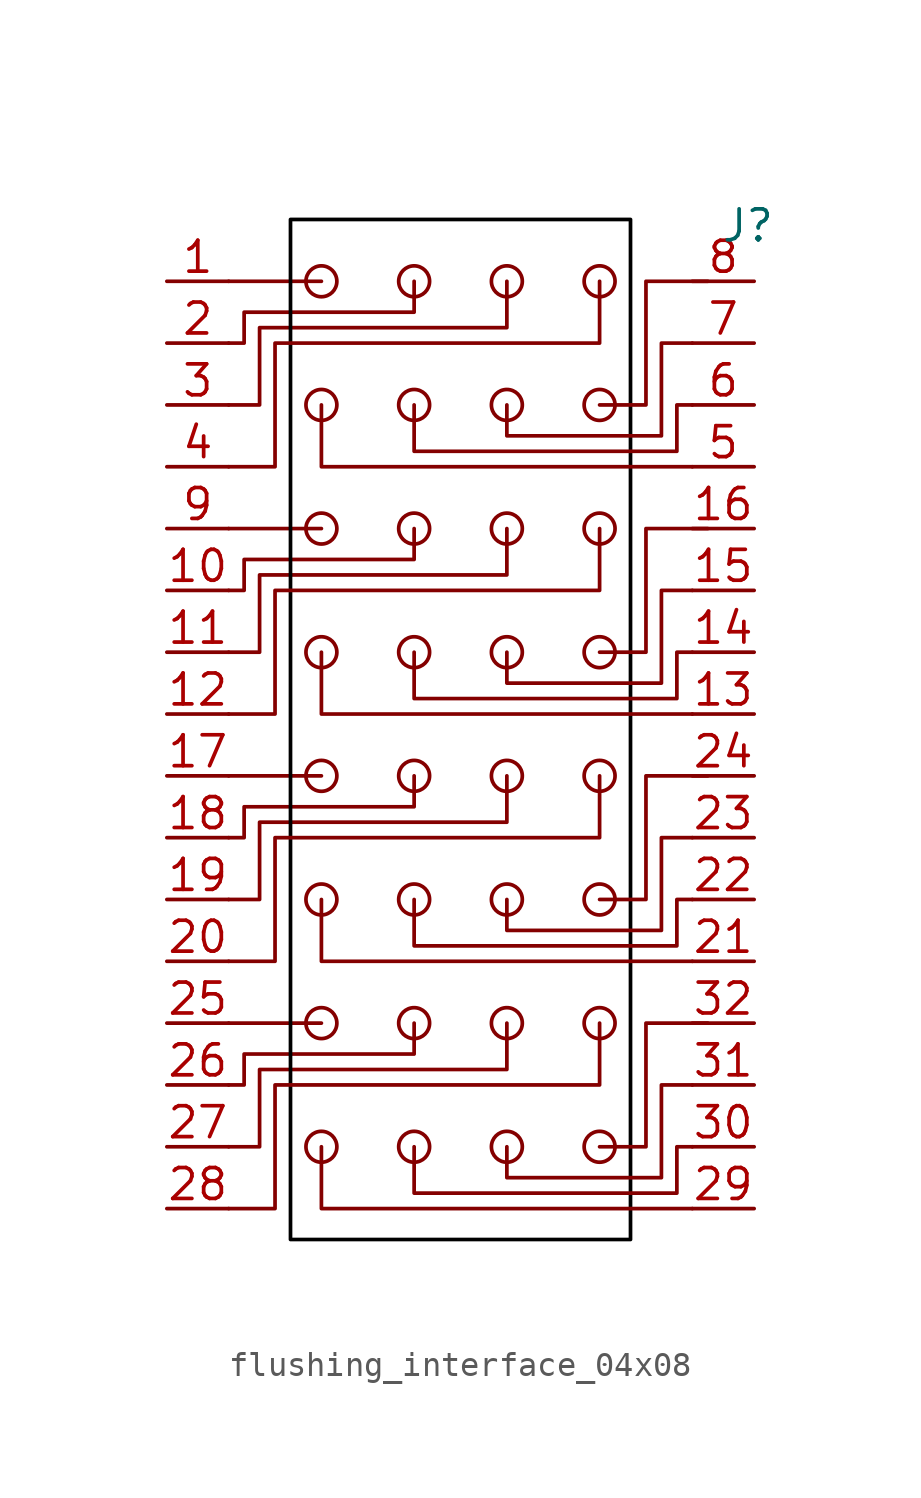
<source format=kicad_sym>
(kicad_symbol_lib
  (version 20231120)
  (generator "kicad_symbol_editor")
  (generator_version "8.0")
  (symbol "flushing_interface_04x08"
    (property "Reference" "J"
      (at 13.716 26.416 0)
      (effects (font (size 1.27 1.27))))
    (property "Value" ""
      (at 8.89 -13.97 0)
      (effects (font (size 1.27 1.27))))
    (property "ki_locked" ""
      (at 0 0 0)
      (effects (font (size 1.27 1.27))))
    (symbol "flushing_interface_04x08_1_1"
      (rectangle (start -5.08 26.67) (end 8.89 -15.24) (stroke (width 0) (type default) (color 0 0 0 0.34)) (fill (type none)))
      (circle (center -3.81 -11.43) (radius 0.635) (stroke (width 0) (type default)) (fill (type none)))
      (circle (center -3.81 -6.35) (radius 0.635) (stroke (width 0) (type default)) (fill (type none)))
      (circle (center -3.81 -1.27) (radius 0.635) (stroke (width 0) (type default)) (fill (type none)))
      (circle (center -3.81 3.81) (radius 0.635) (stroke (width 0) (type default)) (fill (type none)))
      (circle (center -3.81 8.89) (radius 0.635) (stroke (width 0) (type default)) (fill (type none)))
      (circle (center -3.81 13.97) (radius 0.635) (stroke (width 0) (type default)) (fill (type none)))
      (circle (center -3.81 19.05) (radius 0.635) (stroke (width 0) (type default)) (fill (type none)))
      (circle (center -3.81 24.13) (radius 0.635) (stroke (width 0) (type default)) (fill (type none)))
      (circle (center 0 -11.43) (radius 0.635) (stroke (width 0) (type default)) (fill (type none)))
      (circle (center 0 -6.35) (radius 0.635) (stroke (width 0) (type default)) (fill (type none)))
      (circle (center 0 -1.27) (radius 0.635) (stroke (width 0) (type default)) (fill (type none)))
      (polyline (pts (xy -7.62 -6.35) (xy -3.81 -6.35)) (stroke (width 0) (type default)) (fill (type none)))
      (polyline (pts (xy -7.62 3.81) (xy -3.81 3.81)) (stroke (width 0) (type default)) (fill (type none)))
      (polyline (pts (xy -7.62 13.97) (xy -3.81 13.97)) (stroke (width 0) (type default)) (fill (type none)))
      (polyline (pts (xy -7.62 24.13) (xy -3.81 24.13)) (stroke (width 0) (type default)) (fill (type none)))
      (polyline (pts (xy -3.81 -11.43) (xy -3.81 -13.97) (xy 9.525 -13.97) (xy 11.43 -13.97)) (stroke (width 0) (type default)) (fill (type none)))
      (polyline (pts (xy -3.81 -1.27) (xy -3.81 -3.81) (xy 9.525 -3.81) (xy 11.43 -3.81)) (stroke (width 0) (type default)) (fill (type none)))
      (polyline (pts (xy -3.81 8.89) (xy -3.81 6.35) (xy 9.525 6.35) (xy 11.43 6.35)) (stroke (width 0) (type default)) (fill (type none)))
      (polyline (pts (xy -3.81 19.05) (xy -3.81 16.51) (xy 9.525 16.51) (xy 11.43 16.51)) (stroke (width 0) (type default)) (fill (type none)))
      (polyline (pts (xy -7.62 -11.43) (xy -6.35 -11.43) (xy -6.35 -8.255) (xy 3.81 -8.255) (xy 3.81 -6.35)) (stroke (width 0) (type default)) (fill (type none)))
      (polyline (pts (xy -7.62 -8.89) (xy -6.985 -8.89) (xy -6.985 -7.62) (xy 0 -7.62) (xy 0 -6.35)) (stroke (width 0) (type default)) (fill (type none)))
      (polyline (pts (xy -7.62 -1.27) (xy -6.35 -1.27) (xy -6.35 1.905) (xy 3.81 1.905) (xy 3.81 3.81)) (stroke (width 0) (type default)) (fill (type none)))
      (polyline (pts (xy -7.62 1.27) (xy -6.985 1.27) (xy -6.985 2.54) (xy 0 2.54) (xy 0 3.81)) (stroke (width 0) (type default)) (fill (type none)))
      (polyline (pts (xy -7.62 8.89) (xy -6.35 8.89) (xy -6.35 12.065) (xy 3.81 12.065) (xy 3.81 13.97)) (stroke (width 0) (type default)) (fill (type none)))
      (polyline (pts (xy -7.62 11.43) (xy -6.985 11.43) (xy -6.985 12.7) (xy 0 12.7) (xy 0 13.97)) (stroke (width 0) (type default)) (fill (type none)))
      (polyline (pts (xy -7.62 19.05) (xy -6.35 19.05) (xy -6.35 22.225) (xy 3.81 22.225) (xy 3.81 24.13)) (stroke (width 0) (type default)) (fill (type none)))
      (polyline (pts (xy -7.62 21.59) (xy -6.985 21.59) (xy -6.985 22.86) (xy 0 22.86) (xy 0 24.13)) (stroke (width 0) (type default)) (fill (type none)))
      (polyline (pts (xy 7.62 -6.35) (xy 7.62 -8.89) (xy -5.715 -8.89) (xy -5.715 -13.97) (xy -7.62 -13.97)) (stroke (width 0) (type default)) (fill (type none)))
      (polyline (pts (xy 7.62 3.81) (xy 7.62 1.27) (xy -5.715 1.27) (xy -5.715 -3.81) (xy -7.62 -3.81)) (stroke (width 0) (type default)) (fill (type none)))
      (polyline (pts (xy 7.62 13.97) (xy 7.62 11.43) (xy -5.715 11.43) (xy -5.715 6.35) (xy -7.62 6.35)) (stroke (width 0) (type default)) (fill (type none)))
      (polyline (pts (xy 7.62 24.13) (xy 7.62 21.59) (xy -5.715 21.59) (xy -5.715 16.51) (xy -7.62 16.51)) (stroke (width 0) (type default)) (fill (type none)))
      (polyline (pts (xy 11.43 -11.43) (xy 10.795 -11.43) (xy 10.795 -13.335) (xy 0 -13.335) (xy 0 -11.43)) (stroke (width 0) (type default)) (fill (type none)))
      (polyline (pts (xy 11.43 -8.89) (xy 10.16 -8.89) (xy 10.16 -12.7) (xy 3.81 -12.7) (xy 3.81 -11.43)) (stroke (width 0) (type default)) (fill (type none)))
      (polyline (pts (xy 11.43 -1.27) (xy 10.795 -1.27) (xy 10.795 -3.175) (xy 0 -3.175) (xy 0 -1.27)) (stroke (width 0) (type default)) (fill (type none)))
      (polyline (pts (xy 11.43 1.27) (xy 10.16 1.27) (xy 10.16 -2.54) (xy 3.81 -2.54) (xy 3.81 -1.27)) (stroke (width 0) (type default)) (fill (type none)))
      (polyline (pts (xy 11.43 8.89) (xy 10.795 8.89) (xy 10.795 6.985) (xy 0 6.985) (xy 0 8.89)) (stroke (width 0) (type default)) (fill (type none)))
      (polyline (pts (xy 11.43 11.43) (xy 10.16 11.43) (xy 10.16 7.62) (xy 3.81 7.62) (xy 3.81 8.89)) (stroke (width 0) (type default)) (fill (type none)))
      (polyline (pts (xy 11.43 19.05) (xy 10.795 19.05) (xy 10.795 17.145) (xy 0 17.145) (xy 0 19.05)) (stroke (width 0) (type default)) (fill (type none)))
      (polyline (pts (xy 11.43 21.59) (xy 10.16 21.59) (xy 10.16 17.78) (xy 3.81 17.78) (xy 3.81 19.05)) (stroke (width 0) (type default)) (fill (type none)))
      (polyline (pts (xy 12.065 -6.35) (xy 9.525 -6.35) (xy 9.525 -11.43) (xy 7.62 -11.43) (xy 8.255 -11.43)) (stroke (width 0) (type default)) (fill (type none)))
      (polyline (pts (xy 12.065 3.81) (xy 9.525 3.81) (xy 9.525 -1.27) (xy 7.62 -1.27) (xy 8.255 -1.27)) (stroke (width 0) (type default)) (fill (type none)))
      (polyline (pts (xy 12.065 13.97) (xy 9.525 13.97) (xy 9.525 8.89) (xy 7.62 8.89) (xy 8.255 8.89)) (stroke (width 0) (type default)) (fill (type none)))
      (polyline (pts (xy 12.065 24.13) (xy 9.525 24.13) (xy 9.525 19.05) (xy 7.62 19.05) (xy 8.255 19.05)) (stroke (width 0) (type default)) (fill (type none)))
      (circle (center 0 3.81) (radius 0.635) (stroke (width 0) (type default)) (fill (type none)))
      (circle (center 0 8.89) (radius 0.635) (stroke (width 0) (type default)) (fill (type none)))
      (circle (center 0 13.97) (radius 0.635) (stroke (width 0) (type default)) (fill (type none)))
      (circle (center 0 19.05) (radius 0.635) (stroke (width 0) (type default)) (fill (type none)))
      (circle (center 0 24.13) (radius 0.635) (stroke (width 0) (type default)) (fill (type none)))
      (circle (center 3.81 -11.43) (radius 0.635) (stroke (width 0) (type default)) (fill (type none)))
      (circle (center 3.81 -6.35) (radius 0.635) (stroke (width 0) (type default)) (fill (type none)))
      (circle (center 3.81 -1.27) (radius 0.635) (stroke (width 0) (type default)) (fill (type none)))
      (circle (center 3.81 3.81) (radius 0.635) (stroke (width 0) (type default)) (fill (type none)))
      (circle (center 3.81 8.89) (radius 0.635) (stroke (width 0) (type default)) (fill (type none)))
      (circle (center 3.81 13.97) (radius 0.635) (stroke (width 0) (type default)) (fill (type none)))
      (circle (center 3.81 19.05) (radius 0.635) (stroke (width 0) (type default)) (fill (type none)))
      (circle (center 3.81 24.13) (radius 0.635) (stroke (width 0) (type default)) (fill (type none)))
      (circle (center 7.62 -11.43) (radius 0.635) (stroke (width 0) (type default)) (fill (type none)))
      (circle (center 7.62 -6.35) (radius 0.635) (stroke (width 0) (type default)) (fill (type none)))
      (circle (center 7.62 -1.27) (radius 0.635) (stroke (width 0) (type default)) (fill (type none)))
      (circle (center 7.62 3.81) (radius 0.635) (stroke (width 0) (type default)) (fill (type none)))
      (circle (center 7.62 8.89) (radius 0.635) (stroke (width 0) (type default)) (fill (type none)))
      (circle (center 7.62 13.97) (radius 0.635) (stroke (width 0) (type default)) (fill (type none)))
      (circle (center 7.62 19.05) (radius 0.635) (stroke (width 0) (type default)) (fill (type none)))
      (circle (center 7.62 24.13) (radius 0.635) (stroke (width 0) (type default)) (fill (type none)))
      (pin passive line (at -10.16 24.13 0) (length 2.54) (name "" (effects (font (size 1.27 1.27)))) (number "1" (effects (font (size 1.27 1.27)))))
      (pin passive line (at -10.16 11.43 0) (length 2.54) (name "" (effects (font (size 1.27 1.27)))) (number "10" (effects (font (size 1.27 1.27)))))
      (pin passive line (at -10.16 8.89 0) (length 2.54) (name "" (effects (font (size 1.27 1.27)))) (number "11" (effects (font (size 1.27 1.27)))))
      (pin passive line (at -10.16 6.35 0) (length 2.54) (name "" (effects (font (size 1.27 1.27)))) (number "12" (effects (font (size 1.27 1.27)))))
      (pin passive line (at 13.97 6.35 180) (length 2.54) (name "" (effects (font (size 1.27 1.27)))) (number "13" (effects (font (size 1.27 1.27)))))
      (pin passive line (at 13.97 8.89 180) (length 2.54) (name "" (effects (font (size 1.27 1.27)))) (number "14" (effects (font (size 1.27 1.27)))))
      (pin passive line (at 13.97 11.43 180) (length 2.54) (name "" (effects (font (size 1.27 1.27)))) (number "15" (effects (font (size 1.27 1.27)))))
      (pin passive line (at 13.97 13.97 180) (length 2.54) (name "" (effects (font (size 1.27 1.27)))) (number "16" (effects (font (size 1.27 1.27)))))
      (pin passive line (at -10.16 3.81 0) (length 2.54) (name "" (effects (font (size 1.27 1.27)))) (number "17" (effects (font (size 1.27 1.27)))))
      (pin passive line (at -10.16 1.27 0) (length 2.54) (name "" (effects (font (size 1.27 1.27)))) (number "18" (effects (font (size 1.27 1.27)))))
      (pin passive line (at -10.16 -1.27 0) (length 2.54) (name "" (effects (font (size 1.27 1.27)))) (number "19" (effects (font (size 1.27 1.27)))))
      (pin passive line (at -10.16 21.59 0) (length 2.54) (name "" (effects (font (size 1.27 1.27)))) (number "2" (effects (font (size 1.27 1.27)))))
      (pin passive line (at -10.16 -3.81 0) (length 2.54) (name "" (effects (font (size 1.27 1.27)))) (number "20" (effects (font (size 1.27 1.27)))))
      (pin passive line (at 13.97 -3.81 180) (length 2.54) (name "" (effects (font (size 1.27 1.27)))) (number "21" (effects (font (size 1.27 1.27)))))
      (pin passive line (at 13.97 -1.27 180) (length 2.54) (name "" (effects (font (size 1.27 1.27)))) (number "22" (effects (font (size 1.27 1.27)))))
      (pin passive line (at 13.97 1.27 180) (length 2.54) (name "" (effects (font (size 1.27 1.27)))) (number "23" (effects (font (size 1.27 1.27)))))
      (pin passive line (at 13.97 3.81 180) (length 2.54) (name "" (effects (font (size 1.27 1.27)))) (number "24" (effects (font (size 1.27 1.27)))))
      (pin passive line (at -10.16 -6.35 0) (length 2.54) (name "" (effects (font (size 1.27 1.27)))) (number "25" (effects (font (size 1.27 1.27)))))
      (pin passive line (at -10.16 -8.89 0) (length 2.54) (name "" (effects (font (size 1.27 1.27)))) (number "26" (effects (font (size 1.27 1.27)))))
      (pin passive line (at -10.16 -11.43 0) (length 2.54) (name "" (effects (font (size 1.27 1.27)))) (number "27" (effects (font (size 1.27 1.27)))))
      (pin passive line (at -10.16 -13.97 0) (length 2.54) (name "" (effects (font (size 1.27 1.27)))) (number "28" (effects (font (size 1.27 1.27)))))
      (pin passive line (at 13.97 -13.97 180) (length 2.54) (name "" (effects (font (size 1.27 1.27)))) (number "29" (effects (font (size 1.27 1.27)))))
      (pin passive line (at -10.16 19.05 0) (length 2.54) (name "" (effects (font (size 1.27 1.27)))) (number "3" (effects (font (size 1.27 1.27)))))
      (pin passive line (at 13.97 -11.43 180) (length 2.54) (name "" (effects (font (size 1.27 1.27)))) (number "30" (effects (font (size 1.27 1.27)))))
      (pin passive line (at 13.97 -8.89 180) (length 2.54) (name "" (effects (font (size 1.27 1.27)))) (number "31" (effects (font (size 1.27 1.27)))))
      (pin passive line (at 13.97 -6.35 180) (length 2.54) (name "" (effects (font (size 1.27 1.27)))) (number "32" (effects (font (size 1.27 1.27)))))
      (pin passive line (at -10.16 16.51 0) (length 2.54) (name "" (effects (font (size 1.27 1.27)))) (number "4" (effects (font (size 1.27 1.27)))))
      (pin passive line (at 13.97 16.51 180) (length 2.54) (name "" (effects (font (size 1.27 1.27)))) (number "5" (effects (font (size 1.27 1.27)))))
      (pin passive line (at 13.97 19.05 180) (length 2.54) (name "" (effects (font (size 1.27 1.27)))) (number "6" (effects (font (size 1.27 1.27)))))
      (pin passive line (at 13.97 21.59 180) (length 2.54) (name "" (effects (font (size 1.27 1.27)))) (number "7" (effects (font (size 1.27 1.27)))))
      (pin passive line (at 13.97 24.13 180) (length 2.54) (name "" (effects (font (size 1.27 1.27)))) (number "8" (effects (font (size 1.27 1.27)))))
      (pin passive line (at -10.16 13.97 0) (length 2.54) (name "" (effects (font (size 1.27 1.27)))) (number "9" (effects (font (size 1.27 1.27))))))))
</source>
